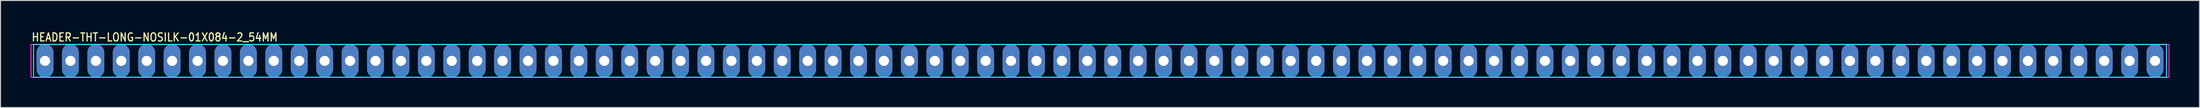
<source format=kicad_pcb>
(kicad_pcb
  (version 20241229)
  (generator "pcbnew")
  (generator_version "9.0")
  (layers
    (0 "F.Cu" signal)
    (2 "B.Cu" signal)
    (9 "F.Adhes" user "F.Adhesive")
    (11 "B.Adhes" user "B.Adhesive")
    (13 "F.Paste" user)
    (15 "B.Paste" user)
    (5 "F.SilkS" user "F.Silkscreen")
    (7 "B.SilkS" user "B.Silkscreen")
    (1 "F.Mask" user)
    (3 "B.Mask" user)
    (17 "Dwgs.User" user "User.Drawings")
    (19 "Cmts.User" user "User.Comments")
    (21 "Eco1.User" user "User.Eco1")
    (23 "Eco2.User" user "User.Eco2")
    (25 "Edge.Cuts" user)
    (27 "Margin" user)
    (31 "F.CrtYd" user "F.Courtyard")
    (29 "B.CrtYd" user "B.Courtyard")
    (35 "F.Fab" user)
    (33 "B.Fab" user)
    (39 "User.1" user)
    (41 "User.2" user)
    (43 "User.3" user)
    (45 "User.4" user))
  (footprint "HEADER-THT-LONG-NOSILK-01X084-2_54MM"
    (layer "F.Cu")
    (at 1.447 3.079)
    (property "Reference" "HEADER-THT-LONG-NOSILK-01X084-2_54MM" (at -1.4 -1.9 0) (unlocked yes) (layer "F.SilkS") (effects (font (size 0.813 0.695) (thickness 0.122)) (justify left bottom)))
    (fp_poly (pts (xy -1.143 -1.651) (xy 211.963 -1.651) (xy 211.963 1.651) (xy -1.143 1.651)) (stroke (width 0.1) (type solid)) (fill no) (layer "B.CrtYd"))
    (fp_poly (pts (xy -1.397 -1.651) (xy 212.217 -1.651) (xy 212.217 1.651) (xy -1.397 1.651)) (stroke (width 0.1) (type solid)) (fill no) (layer "F.CrtYd"))
    (pad "1" thru_hole oval (at 0 0 90) (size 3.387 1.693) (drill 1.016) (layers "*.Cu" "*.Mask"))
    (pad "2" thru_hole oval (at 2.54 0 90) (size 3.387 1.693) (drill 1.016) (layers "*.Cu" "*.Mask"))
    (pad "3" thru_hole oval (at 5.08 0 90) (size 3.387 1.693) (drill 1.016) (layers "*.Cu" "*.Mask"))
    (pad "4" thru_hole oval (at 7.62 0 90) (size 3.387 1.693) (drill 1.016) (layers "*.Cu" "*.Mask"))
    (pad "5" thru_hole oval (at 10.16 0 90) (size 3.387 1.693) (drill 1.016) (layers "*.Cu" "*.Mask"))
    (pad "6" thru_hole oval (at 12.7 0 90) (size 3.387 1.693) (drill 1.016) (layers "*.Cu" "*.Mask"))
    (pad "7" thru_hole oval (at 15.24 0 90) (size 3.387 1.693) (drill 1.016) (layers "*.Cu" "*.Mask"))
    (pad "8" thru_hole oval (at 17.78 0 90) (size 3.387 1.693) (drill 1.016) (layers "*.Cu" "*.Mask"))
    (pad "9" thru_hole oval (at 20.32 0 90) (size 3.387 1.693) (drill 1.016) (layers "*.Cu" "*.Mask"))
    (pad "10" thru_hole oval (at 22.86 0 90) (size 3.387 1.693) (drill 1.016) (layers "*.Cu" "*.Mask"))
    (pad "11" thru_hole oval (at 25.4 0 90) (size 3.387 1.693) (drill 1.016) (layers "*.Cu" "*.Mask"))
    (pad "12" thru_hole oval (at 27.94 0 90) (size 3.387 1.693) (drill 1.016) (layers "*.Cu" "*.Mask"))
    (pad "13" thru_hole oval (at 30.48 0 90) (size 3.387 1.693) (drill 1.016) (layers "*.Cu" "*.Mask"))
    (pad "14" thru_hole oval (at 33.02 0 90) (size 3.387 1.693) (drill 1.016) (layers "*.Cu" "*.Mask"))
    (pad "15" thru_hole oval (at 35.56 0 90) (size 3.387 1.693) (drill 1.016) (layers "*.Cu" "*.Mask"))
    (pad "16" thru_hole oval (at 38.1 0 90) (size 3.387 1.693) (drill 1.016) (layers "*.Cu" "*.Mask"))
    (pad "17" thru_hole oval (at 40.64 0 90) (size 3.387 1.693) (drill 1.016) (layers "*.Cu" "*.Mask"))
    (pad "18" thru_hole oval (at 43.18 0 90) (size 3.387 1.693) (drill 1.016) (layers "*.Cu" "*.Mask"))
    (pad "19" thru_hole oval (at 45.72 0 90) (size 3.387 1.693) (drill 1.016) (layers "*.Cu" "*.Mask"))
    (pad "20" thru_hole oval (at 48.26 0 90) (size 3.387 1.693) (drill 1.016) (layers "*.Cu" "*.Mask"))
    (pad "21" thru_hole oval (at 50.8 0 90) (size 3.387 1.693) (drill 1.016) (layers "*.Cu" "*.Mask"))
    (pad "22" thru_hole oval (at 53.34 0 90) (size 3.387 1.693) (drill 1.016) (layers "*.Cu" "*.Mask"))
    (pad "23" thru_hole oval (at 55.88 0 90) (size 3.387 1.693) (drill 1.016) (layers "*.Cu" "*.Mask"))
    (pad "24" thru_hole oval (at 58.42 0 90) (size 3.387 1.693) (drill 1.016) (layers "*.Cu" "*.Mask"))
    (pad "25" thru_hole oval (at 60.96 0 90) (size 3.387 1.693) (drill 1.016) (layers "*.Cu" "*.Mask"))
    (pad "26" thru_hole oval (at 63.5 0 90) (size 3.387 1.693) (drill 1.016) (layers "*.Cu" "*.Mask"))
    (pad "27" thru_hole oval (at 66.04 0 90) (size 3.387 1.693) (drill 1.016) (layers "*.Cu" "*.Mask"))
    (pad "28" thru_hole oval (at 68.58 0 90) (size 3.387 1.693) (drill 1.016) (layers "*.Cu" "*.Mask"))
    (pad "29" thru_hole oval (at 71.12 0 90) (size 3.387 1.693) (drill 1.016) (layers "*.Cu" "*.Mask"))
    (pad "30" thru_hole oval (at 73.66 0 90) (size 3.387 1.693) (drill 1.016) (layers "*.Cu" "*.Mask"))
    (pad "31" thru_hole oval (at 76.2 0 90) (size 3.387 1.693) (drill 1.016) (layers "*.Cu" "*.Mask"))
    (pad "32" thru_hole oval (at 78.74 0 90) (size 3.387 1.693) (drill 1.016) (layers "*.Cu" "*.Mask"))
    (pad "33" thru_hole oval (at 81.28 0 90) (size 3.387 1.693) (drill 1.016) (layers "*.Cu" "*.Mask"))
    (pad "34" thru_hole oval (at 83.82 0 90) (size 3.387 1.693) (drill 1.016) (layers "*.Cu" "*.Mask"))
    (pad "35" thru_hole oval (at 86.36 0 90) (size 3.387 1.693) (drill 1.016) (layers "*.Cu" "*.Mask"))
    (pad "36" thru_hole oval (at 88.9 0 90) (size 3.387 1.693) (drill 1.016) (layers "*.Cu" "*.Mask"))
    (pad "37" thru_hole oval (at 91.44 0 90) (size 3.387 1.693) (drill 1.016) (layers "*.Cu" "*.Mask"))
    (pad "38" thru_hole oval (at 93.98 0 90) (size 3.387 1.693) (drill 1.016) (layers "*.Cu" "*.Mask"))
    (pad "39" thru_hole oval (at 96.52 0 90) (size 3.387 1.693) (drill 1.016) (layers "*.Cu" "*.Mask"))
    (pad "40" thru_hole oval (at 99.06 0 90) (size 3.387 1.693) (drill 1.016) (layers "*.Cu" "*.Mask"))
    (pad "41" thru_hole oval (at 101.6 0 90) (size 3.387 1.693) (drill 1.016) (layers "*.Cu" "*.Mask"))
    (pad "42" thru_hole oval (at 104.14 0 90) (size 3.387 1.693) (drill 1.016) (layers "*.Cu" "*.Mask"))
    (pad "43" thru_hole oval (at 106.68 0 90) (size 3.387 1.693) (drill 1.016) (layers "*.Cu" "*.Mask"))
    (pad "44" thru_hole oval (at 109.22 0 90) (size 3.387 1.693) (drill 1.016) (layers "*.Cu" "*.Mask"))
    (pad "45" thru_hole oval (at 111.76 0 90) (size 3.387 1.693) (drill 1.016) (layers "*.Cu" "*.Mask"))
    (pad "46" thru_hole oval (at 114.3 0 90) (size 3.387 1.693) (drill 1.016) (layers "*.Cu" "*.Mask"))
    (pad "47" thru_hole oval (at 116.84 0 90) (size 3.387 1.693) (drill 1.016) (layers "*.Cu" "*.Mask"))
    (pad "48" thru_hole oval (at 119.38 0 90) (size 3.387 1.693) (drill 1.016) (layers "*.Cu" "*.Mask"))
    (pad "49" thru_hole oval (at 121.92 0 90) (size 3.387 1.693) (drill 1.016) (layers "*.Cu" "*.Mask"))
    (pad "50" thru_hole oval (at 124.46 0 90) (size 3.387 1.693) (drill 1.016) (layers "*.Cu" "*.Mask"))
    (pad "51" thru_hole oval (at 127 0 90) (size 3.387 1.693) (drill 1.016) (layers "*.Cu" "*.Mask"))
    (pad "52" thru_hole oval (at 129.54 0 90) (size 3.387 1.693) (drill 1.016) (layers "*.Cu" "*.Mask"))
    (pad "53" thru_hole oval (at 132.08 0 90) (size 3.387 1.693) (drill 1.016) (layers "*.Cu" "*.Mask"))
    (pad "54" thru_hole oval (at 134.62 0 90) (size 3.387 1.693) (drill 1.016) (layers "*.Cu" "*.Mask"))
    (pad "55" thru_hole oval (at 137.16 0 90) (size 3.387 1.693) (drill 1.016) (layers "*.Cu" "*.Mask"))
    (pad "56" thru_hole oval (at 139.7 0 90) (size 3.387 1.693) (drill 1.016) (layers "*.Cu" "*.Mask"))
    (pad "57" thru_hole oval (at 142.24 0 90) (size 3.387 1.693) (drill 1.016) (layers "*.Cu" "*.Mask"))
    (pad "58" thru_hole oval (at 144.78 0 90) (size 3.387 1.693) (drill 1.016) (layers "*.Cu" "*.Mask"))
    (pad "59" thru_hole oval (at 147.32 0 90) (size 3.387 1.693) (drill 1.016) (layers "*.Cu" "*.Mask"))
    (pad "60" thru_hole oval (at 149.86 0 90) (size 3.387 1.693) (drill 1.016) (layers "*.Cu" "*.Mask"))
    (pad "61" thru_hole oval (at 152.4 0 90) (size 3.387 1.693) (drill 1.016) (layers "*.Cu" "*.Mask"))
    (pad "62" thru_hole oval (at 154.94 0 90) (size 3.387 1.693) (drill 1.016) (layers "*.Cu" "*.Mask"))
    (pad "63" thru_hole oval (at 157.48 0 90) (size 3.387 1.693) (drill 1.016) (layers "*.Cu" "*.Mask"))
    (pad "64" thru_hole oval (at 160.02 0 90) (size 3.387 1.693) (drill 1.016) (layers "*.Cu" "*.Mask"))
    (pad "65" thru_hole oval (at 162.56 0 90) (size 3.387 1.693) (drill 1.016) (layers "*.Cu" "*.Mask"))
    (pad "66" thru_hole oval (at 165.1 0 90) (size 3.387 1.693) (drill 1.016) (layers "*.Cu" "*.Mask"))
    (pad "67" thru_hole oval (at 167.64 0 90) (size 3.387 1.693) (drill 1.016) (layers "*.Cu" "*.Mask"))
    (pad "68" thru_hole oval (at 170.18 0 90) (size 3.387 1.693) (drill 1.016) (layers "*.Cu" "*.Mask"))
    (pad "69" thru_hole oval (at 172.72 0 90) (size 3.387 1.693) (drill 1.016) (layers "*.Cu" "*.Mask"))
    (pad "70" thru_hole oval (at 175.26 0 90) (size 3.387 1.693) (drill 1.016) (layers "*.Cu" "*.Mask"))
    (pad "71" thru_hole oval (at 177.8 0 90) (size 3.387 1.693) (drill 1.016) (layers "*.Cu" "*.Mask"))
    (pad "72" thru_hole oval (at 180.34 0 90) (size 3.387 1.693) (drill 1.016) (layers "*.Cu" "*.Mask"))
    (pad "73" thru_hole oval (at 182.88 0 90) (size 3.387 1.693) (drill 1.016) (layers "*.Cu" "*.Mask"))
    (pad "74" thru_hole oval (at 185.42 0 90) (size 3.387 1.693) (drill 1.016) (layers "*.Cu" "*.Mask"))
    (pad "75" thru_hole oval (at 187.96 0 90) (size 3.387 1.693) (drill 1.016) (layers "*.Cu" "*.Mask"))
    (pad "76" thru_hole oval (at 190.5 0 90) (size 3.387 1.693) (drill 1.016) (layers "*.Cu" "*.Mask"))
    (pad "77" thru_hole oval (at 193.04 0 90) (size 3.387 1.693) (drill 1.016) (layers "*.Cu" "*.Mask"))
    (pad "78" thru_hole oval (at 195.58 0 90) (size 3.387 1.693) (drill 1.016) (layers "*.Cu" "*.Mask"))
    (pad "79" thru_hole oval (at 198.12 0 90) (size 3.387 1.693) (drill 1.016) (layers "*.Cu" "*.Mask"))
    (pad "80" thru_hole oval (at 200.66 0 90) (size 3.387 1.693) (drill 1.016) (layers "*.Cu" "*.Mask"))
    (pad "81" thru_hole oval (at 203.2 0 90) (size 3.387 1.693) (drill 1.016) (layers "*.Cu" "*.Mask"))
    (pad "82" thru_hole oval (at 205.74 0 90) (size 3.387 1.693) (drill 1.016) (layers "*.Cu" "*.Mask"))
    (pad "83" thru_hole oval (at 208.28 0 90) (size 3.387 1.693) (drill 1.016) (layers "*.Cu" "*.Mask"))
    (pad "84" thru_hole oval (at 210.82 0 90) (size 3.387 1.693) (drill 1.016) (layers "*.Cu" "*.Mask")))
  (gr_rect
    (start -3 -3)
    (end 216.714 7.78)
    (stroke (width 0.1) (type default))
    (fill no)
    (layer "Edge.Cuts")))
</source>
